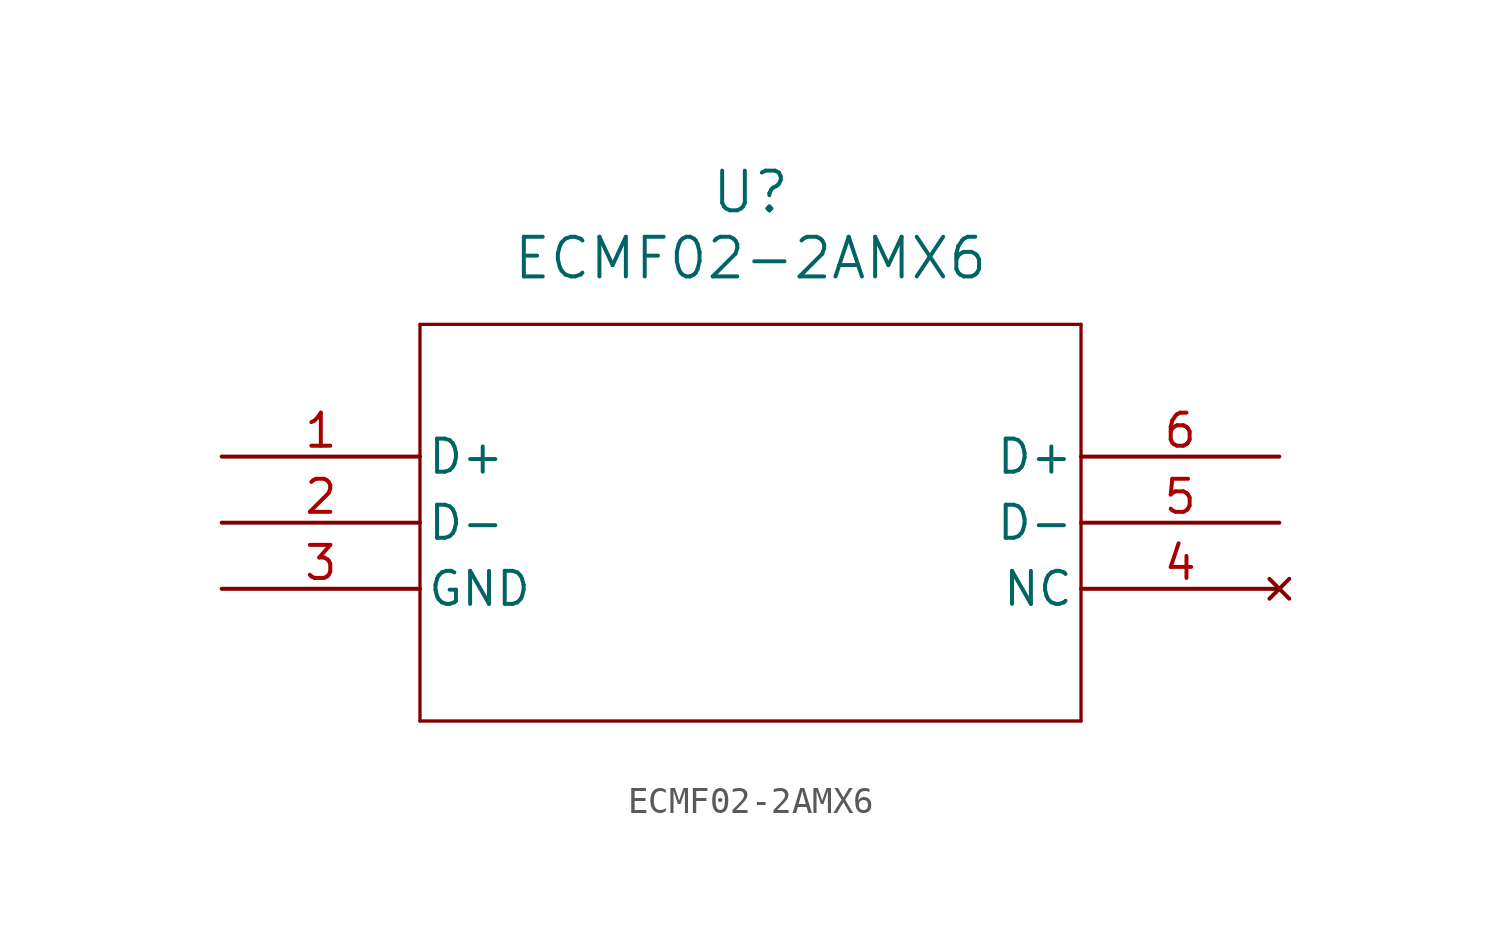
<source format=kicad_sym>
(kicad_symbol_lib
  (version 20211014)
  (generator kicad_symbol_editor)
  (symbol "ECMF02-2AMX6"
    (pin_names
      (offset 0.254))
    (property "Reference" "U"
      (at 20.32 10.16 0)
      (effects (font (size 1.524 1.524))))
    (property "Value" "ECMF02-2AMX6"
      (at 20.32 7.62 0)
      (effects (font (size 1.524 1.524))))
    (symbol "ECMF02-2AMX6_0_1"
      (polyline (pts (xy 7.62 5.08) (xy 7.62 -10.16)) (stroke (width 0.127) (type default) (color 0 0 0 0)) (fill (type none)))
      (polyline (pts (xy 7.62 -10.16) (xy 33.02 -10.16)) (stroke (width 0.127) (type default) (color 0 0 0 0)) (fill (type none)))
      (polyline (pts (xy 33.02 -10.16) (xy 33.02 5.08)) (stroke (width 0.127) (type default) (color 0 0 0 0)) (fill (type none)))
      (polyline (pts (xy 33.02 5.08) (xy 7.62 5.08)) (stroke (width 0.127) (type default) (color 0 0 0 0)) (fill (type none)))
      (pin unspecified line (at 0 0 0) (length 7.62) (name "D+" (effects (font (size 1.27 1.27)))) (number "1" (effects (font (size 1.27 1.27)))))
      (pin bidirectional line (at 0 -2.54 0) (length 7.62) (name "D-" (effects (font (size 1.27 1.27)))) (number "2" (effects (font (size 1.27 1.27)))))
      (pin power_out line (at 0 -5.08 0) (length 7.62) (name "GND" (effects (font (size 1.27 1.27)))) (number "3" (effects (font (size 1.27 1.27)))))
      (pin no_connect line (at 40.64 -5.08 180) (length 7.62) (name "NC" (effects (font (size 1.27 1.27)))) (number "4" (effects (font (size 1.27 1.27)))))
      (pin bidirectional line (at 40.64 -2.54 180) (length 7.62) (name "D-" (effects (font (size 1.27 1.27)))) (number "5" (effects (font (size 1.27 1.27)))))
      (pin unspecified line (at 40.64 0 180) (length 7.62) (name "D+" (effects (font (size 1.27 1.27)))) (number "6" (effects (font (size 1.27 1.27))))))))
</source>
